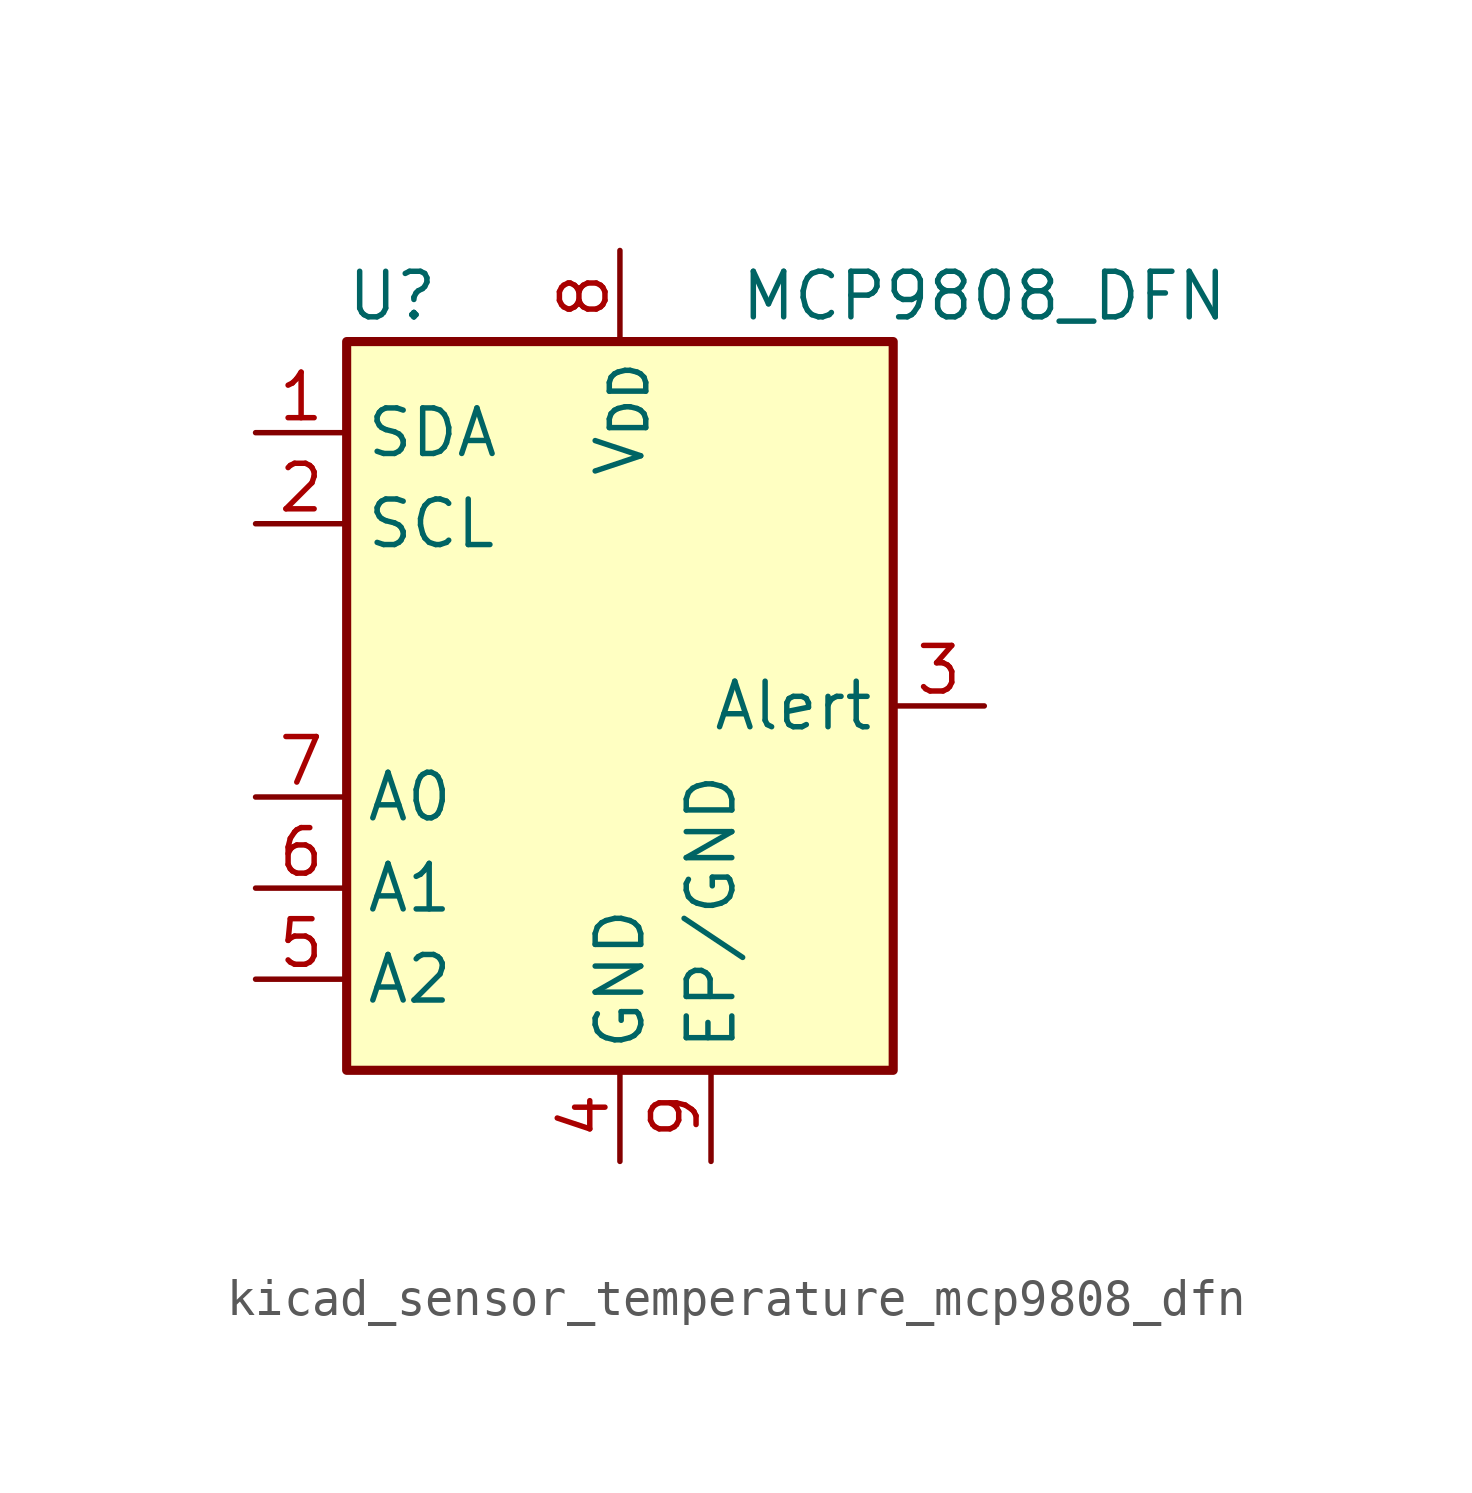
<source format=kicad_sym>
(kicad_symbol_lib
  (version 20220914)
  (generator kicad_symbol_editor)
  (symbol "kicad_sensor_temperature_mcp9808_dfn"
    (property "Reference" "U"
      (at -6.35 11.43 0)
      (effects (font (size 1.27 1.27))))
    (property "Value" "MCP9808_DFN"
      (at 10.16 11.43 0)
      (effects (font (size 1.27 1.27))))
    (symbol "kicad_sensor_temperature_mcp9808_dfn_0_1"
      (rectangle (start -7.62 10.16) (end 7.62 -10.16) (stroke (width 0.254) (type default)) (fill (type background))))
    (symbol "kicad_sensor_temperature_mcp9808_dfn_1_1"
      (pin bidirectional line (at -10.16 7.62 0) (length 2.54) (name "SDA" (effects (font (size 1.27 1.27)))) (number "1" (effects (font (size 1.27 1.27)))))
      (pin input line (at -10.16 5.08 0) (length 2.54) (name "SCL" (effects (font (size 1.27 1.27)))) (number "2" (effects (font (size 1.27 1.27)))))
      (pin output line (at 10.16 0 180) (length 2.54) (name "Alert" (effects (font (size 1.27 1.27)))) (number "3" (effects (font (size 1.27 1.27)))))
      (pin power_in line (at 0 -12.7 90) (length 2.54) (name "GND" (effects (font (size 1.27 1.27)))) (number "4" (effects (font (size 1.27 1.27)))))
      (pin input line (at -10.16 -7.62 0) (length 2.54) (name "A2" (effects (font (size 1.27 1.27)))) (number "5" (effects (font (size 1.27 1.27)))))
      (pin input line (at -10.16 -5.08 0) (length 2.54) (name "A1" (effects (font (size 1.27 1.27)))) (number "6" (effects (font (size 1.27 1.27)))))
      (pin input line (at -10.16 -2.54 0) (length 2.54) (name "A0" (effects (font (size 1.27 1.27)))) (number "7" (effects (font (size 1.27 1.27)))))
      (pin power_in line (at 0 12.7 270) (length 2.54) (name "V_{DD}" (effects (font (size 1.27 1.27)))) (number "8" (effects (font (size 1.27 1.27)))))
      (pin power_in line (at 2.54 -12.7 90) (length 2.54) (name "EP/GND" (effects (font (size 1.27 1.27)))) (number "9" (effects (font (size 1.27 1.27))))))))
</source>
